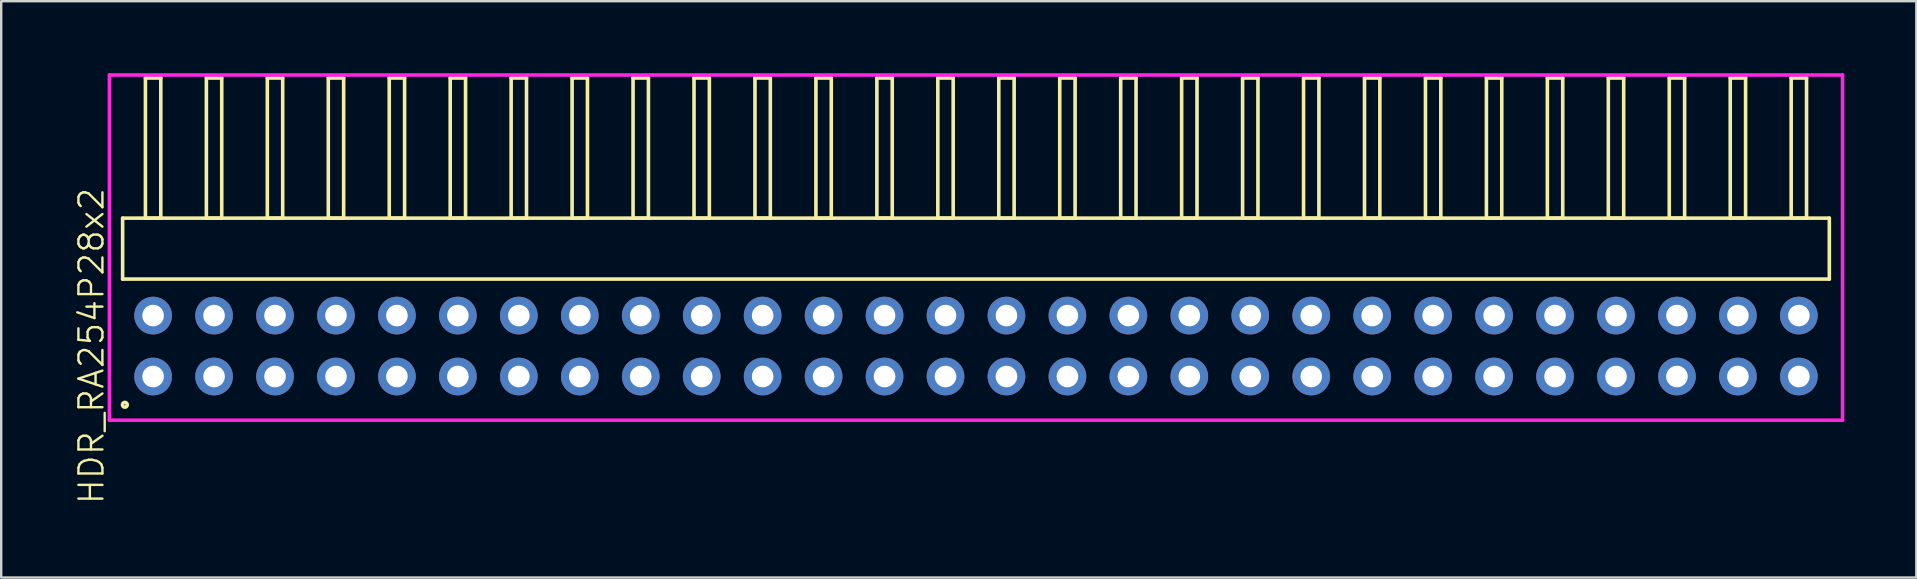
<source format=kicad_pcb>
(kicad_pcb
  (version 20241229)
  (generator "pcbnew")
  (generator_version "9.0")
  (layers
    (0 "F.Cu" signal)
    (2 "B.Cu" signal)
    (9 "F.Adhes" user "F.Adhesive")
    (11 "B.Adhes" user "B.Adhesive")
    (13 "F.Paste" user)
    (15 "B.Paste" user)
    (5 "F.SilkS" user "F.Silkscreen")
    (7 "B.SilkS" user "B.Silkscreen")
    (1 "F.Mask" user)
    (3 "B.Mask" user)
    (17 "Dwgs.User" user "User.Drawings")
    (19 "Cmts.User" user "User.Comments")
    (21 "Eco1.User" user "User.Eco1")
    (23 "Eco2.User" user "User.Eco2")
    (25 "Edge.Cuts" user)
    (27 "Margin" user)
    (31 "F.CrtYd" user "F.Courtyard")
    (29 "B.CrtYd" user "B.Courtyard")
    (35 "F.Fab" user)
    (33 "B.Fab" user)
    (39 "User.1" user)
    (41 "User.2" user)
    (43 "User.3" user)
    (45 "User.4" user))
  (footprint "HDR_RA254P28x2"
    (layer "F.Cu")
    (at 37.62 11.37)
    (property "Reference" "HDR_RA254P28x2" (at -36.86 0 90) (layer "F.SilkS") (effects (font (size 1 1) (thickness 0.1))))
    (attr through_hole)
    (fp_line (start -35.56 -5.33) (end -35.56 -2.79) (stroke (width 0.15) (type solid)) (layer "F.SilkS"))
    (fp_line (start -35.56 -2.79) (end 35.56 -2.79) (stroke (width 0.15) (type solid)) (layer "F.SilkS"))
    (fp_line (start -34.61 -11.17) (end -34.61 -5.33) (stroke (width 0.15) (type solid)) (layer "F.SilkS"))
    (fp_line (start -34.61 -5.33) (end -33.97 -5.33) (stroke (width 0.15) (type solid)) (layer "F.SilkS"))
    (fp_line (start -33.97 -11.17) (end -34.61 -11.17) (stroke (width 0.15) (type solid)) (layer "F.SilkS"))
    (fp_line (start -33.97 -5.33) (end -33.97 -11.17) (stroke (width 0.15) (type solid)) (layer "F.SilkS"))
    (fp_line (start -32.07 -11.17) (end -32.07 -5.33) (stroke (width 0.15) (type solid)) (layer "F.SilkS"))
    (fp_line (start -32.07 -5.33) (end -31.43 -5.33) (stroke (width 0.15) (type solid)) (layer "F.SilkS"))
    (fp_line (start -31.43 -11.17) (end -32.07 -11.17) (stroke (width 0.15) (type solid)) (layer "F.SilkS"))
    (fp_line (start -31.43 -5.33) (end -31.43 -11.17) (stroke (width 0.15) (type solid)) (layer "F.SilkS"))
    (fp_line (start -29.53 -11.17) (end -29.53 -5.33) (stroke (width 0.15) (type solid)) (layer "F.SilkS"))
    (fp_line (start -29.53 -5.33) (end -28.89 -5.33) (stroke (width 0.15) (type solid)) (layer "F.SilkS"))
    (fp_line (start -28.89 -11.17) (end -29.53 -11.17) (stroke (width 0.15) (type solid)) (layer "F.SilkS"))
    (fp_line (start -28.89 -5.33) (end -28.89 -11.17) (stroke (width 0.15) (type solid)) (layer "F.SilkS"))
    (fp_line (start -26.99 -11.17) (end -26.99 -5.33) (stroke (width 0.15) (type solid)) (layer "F.SilkS"))
    (fp_line (start -26.99 -5.33) (end -26.35 -5.33) (stroke (width 0.15) (type solid)) (layer "F.SilkS"))
    (fp_line (start -26.35 -11.17) (end -26.99 -11.17) (stroke (width 0.15) (type solid)) (layer "F.SilkS"))
    (fp_line (start -26.35 -5.33) (end -26.35 -11.17) (stroke (width 0.15) (type solid)) (layer "F.SilkS"))
    (fp_line (start -24.45 -11.17) (end -24.45 -5.33) (stroke (width 0.15) (type solid)) (layer "F.SilkS"))
    (fp_line (start -24.45 -5.33) (end -23.81 -5.33) (stroke (width 0.15) (type solid)) (layer "F.SilkS"))
    (fp_line (start -23.81 -11.17) (end -24.45 -11.17) (stroke (width 0.15) (type solid)) (layer "F.SilkS"))
    (fp_line (start -23.81 -5.33) (end -23.81 -11.17) (stroke (width 0.15) (type solid)) (layer "F.SilkS"))
    (fp_line (start -21.91 -11.17) (end -21.91 -5.33) (stroke (width 0.15) (type solid)) (layer "F.SilkS"))
    (fp_line (start -21.91 -5.33) (end -21.27 -5.33) (stroke (width 0.15) (type solid)) (layer "F.SilkS"))
    (fp_line (start -21.27 -11.17) (end -21.91 -11.17) (stroke (width 0.15) (type solid)) (layer "F.SilkS"))
    (fp_line (start -21.27 -5.33) (end -21.27 -11.17) (stroke (width 0.15) (type solid)) (layer "F.SilkS"))
    (fp_line (start -19.37 -11.17) (end -19.37 -5.33) (stroke (width 0.15) (type solid)) (layer "F.SilkS"))
    (fp_line (start -19.37 -5.33) (end -18.73 -5.33) (stroke (width 0.15) (type solid)) (layer "F.SilkS"))
    (fp_line (start -18.73 -11.17) (end -19.37 -11.17) (stroke (width 0.15) (type solid)) (layer "F.SilkS"))
    (fp_line (start -18.73 -5.33) (end -18.73 -11.17) (stroke (width 0.15) (type solid)) (layer "F.SilkS"))
    (fp_line (start -16.83 -11.17) (end -16.83 -5.33) (stroke (width 0.15) (type solid)) (layer "F.SilkS"))
    (fp_line (start -16.83 -5.33) (end -16.19 -5.33) (stroke (width 0.15) (type solid)) (layer "F.SilkS"))
    (fp_line (start -16.19 -11.17) (end -16.83 -11.17) (stroke (width 0.15) (type solid)) (layer "F.SilkS"))
    (fp_line (start -16.19 -5.33) (end -16.19 -11.17) (stroke (width 0.15) (type solid)) (layer "F.SilkS"))
    (fp_line (start -14.29 -11.17) (end -14.29 -5.33) (stroke (width 0.15) (type solid)) (layer "F.SilkS"))
    (fp_line (start -14.29 -5.33) (end -13.65 -5.33) (stroke (width 0.15) (type solid)) (layer "F.SilkS"))
    (fp_line (start -13.65 -11.17) (end -14.29 -11.17) (stroke (width 0.15) (type solid)) (layer "F.SilkS"))
    (fp_line (start -13.65 -5.33) (end -13.65 -11.17) (stroke (width 0.15) (type solid)) (layer "F.SilkS"))
    (fp_line (start -11.75 -11.17) (end -11.75 -5.33) (stroke (width 0.15) (type solid)) (layer "F.SilkS"))
    (fp_line (start -11.75 -5.33) (end -11.11 -5.33) (stroke (width 0.15) (type solid)) (layer "F.SilkS"))
    (fp_line (start -11.11 -11.17) (end -11.75 -11.17) (stroke (width 0.15) (type solid)) (layer "F.SilkS"))
    (fp_line (start -11.11 -5.33) (end -11.11 -11.17) (stroke (width 0.15) (type solid)) (layer "F.SilkS"))
    (fp_line (start -9.21 -11.17) (end -9.21 -5.33) (stroke (width 0.15) (type solid)) (layer "F.SilkS"))
    (fp_line (start -9.21 -5.33) (end -8.57 -5.33) (stroke (width 0.15) (type solid)) (layer "F.SilkS"))
    (fp_line (start -8.57 -11.17) (end -9.21 -11.17) (stroke (width 0.15) (type solid)) (layer "F.SilkS"))
    (fp_line (start -8.57 -5.33) (end -8.57 -11.17) (stroke (width 0.15) (type solid)) (layer "F.SilkS"))
    (fp_line (start -6.67 -11.17) (end -6.67 -5.33) (stroke (width 0.15) (type solid)) (layer "F.SilkS"))
    (fp_line (start -6.67 -5.33) (end -6.03 -5.33) (stroke (width 0.15) (type solid)) (layer "F.SilkS"))
    (fp_line (start -6.03 -11.17) (end -6.67 -11.17) (stroke (width 0.15) (type solid)) (layer "F.SilkS"))
    (fp_line (start -6.03 -5.33) (end -6.03 -11.17) (stroke (width 0.15) (type solid)) (layer "F.SilkS"))
    (fp_line (start -4.13 -11.17) (end -4.13 -5.33) (stroke (width 0.15) (type solid)) (layer "F.SilkS"))
    (fp_line (start -4.13 -5.33) (end -3.49 -5.33) (stroke (width 0.15) (type solid)) (layer "F.SilkS"))
    (fp_line (start -3.49 -11.17) (end -4.13 -11.17) (stroke (width 0.15) (type solid)) (layer "F.SilkS"))
    (fp_line (start -3.49 -5.33) (end -3.49 -11.17) (stroke (width 0.15) (type solid)) (layer "F.SilkS"))
    (fp_line (start -1.59 -11.17) (end -1.59 -5.33) (stroke (width 0.15) (type solid)) (layer "F.SilkS"))
    (fp_line (start -1.59 -5.33) (end -0.95 -5.33) (stroke (width 0.15) (type solid)) (layer "F.SilkS"))
    (fp_line (start -0.95 -11.17) (end -1.59 -11.17) (stroke (width 0.15) (type solid)) (layer "F.SilkS"))
    (fp_line (start -0.95 -5.33) (end -0.95 -11.17) (stroke (width 0.15) (type solid)) (layer "F.SilkS"))
    (fp_line (start 0.95 -11.17) (end 0.95 -5.33) (stroke (width 0.15) (type solid)) (layer "F.SilkS"))
    (fp_line (start 0.95 -5.33) (end 1.59 -5.33) (stroke (width 0.15) (type solid)) (layer "F.SilkS"))
    (fp_line (start 1.59 -11.17) (end 0.95 -11.17) (stroke (width 0.15) (type solid)) (layer "F.SilkS"))
    (fp_line (start 1.59 -5.33) (end 1.59 -11.17) (stroke (width 0.15) (type solid)) (layer "F.SilkS"))
    (fp_line (start 3.49 -11.17) (end 3.49 -5.33) (stroke (width 0.15) (type solid)) (layer "F.SilkS"))
    (fp_line (start 3.49 -5.33) (end 4.13 -5.33) (stroke (width 0.15) (type solid)) (layer "F.SilkS"))
    (fp_line (start 4.13 -11.17) (end 3.49 -11.17) (stroke (width 0.15) (type solid)) (layer "F.SilkS"))
    (fp_line (start 4.13 -5.33) (end 4.13 -11.17) (stroke (width 0.15) (type solid)) (layer "F.SilkS"))
    (fp_line (start 6.03 -11.17) (end 6.03 -5.33) (stroke (width 0.15) (type solid)) (layer "F.SilkS"))
    (fp_line (start 6.03 -5.33) (end 6.67 -5.33) (stroke (width 0.15) (type solid)) (layer "F.SilkS"))
    (fp_line (start 6.67 -11.17) (end 6.03 -11.17) (stroke (width 0.15) (type solid)) (layer "F.SilkS"))
    (fp_line (start 6.67 -5.33) (end 6.67 -11.17) (stroke (width 0.15) (type solid)) (layer "F.SilkS"))
    (fp_line (start 8.57 -11.17) (end 8.57 -5.33) (stroke (width 0.15) (type solid)) (layer "F.SilkS"))
    (fp_line (start 8.57 -5.33) (end 9.21 -5.33) (stroke (width 0.15) (type solid)) (layer "F.SilkS"))
    (fp_line (start 9.21 -11.17) (end 8.57 -11.17) (stroke (width 0.15) (type solid)) (layer "F.SilkS"))
    (fp_line (start 9.21 -5.33) (end 9.21 -11.17) (stroke (width 0.15) (type solid)) (layer "F.SilkS"))
    (fp_line (start 11.11 -11.17) (end 11.11 -5.33) (stroke (width 0.15) (type solid)) (layer "F.SilkS"))
    (fp_line (start 11.11 -5.33) (end 11.75 -5.33) (stroke (width 0.15) (type solid)) (layer "F.SilkS"))
    (fp_line (start 11.75 -11.17) (end 11.11 -11.17) (stroke (width 0.15) (type solid)) (layer "F.SilkS"))
    (fp_line (start 11.75 -5.33) (end 11.75 -11.17) (stroke (width 0.15) (type solid)) (layer "F.SilkS"))
    (fp_line (start 13.65 -11.17) (end 13.65 -5.33) (stroke (width 0.15) (type solid)) (layer "F.SilkS"))
    (fp_line (start 13.65 -5.33) (end 14.29 -5.33) (stroke (width 0.15) (type solid)) (layer "F.SilkS"))
    (fp_line (start 14.29 -11.17) (end 13.65 -11.17) (stroke (width 0.15) (type solid)) (layer "F.SilkS"))
    (fp_line (start 14.29 -5.33) (end 14.29 -11.17) (stroke (width 0.15) (type solid)) (layer "F.SilkS"))
    (fp_line (start 16.19 -11.17) (end 16.19 -5.33) (stroke (width 0.15) (type solid)) (layer "F.SilkS"))
    (fp_line (start 16.19 -5.33) (end 16.83 -5.33) (stroke (width 0.15) (type solid)) (layer "F.SilkS"))
    (fp_line (start 16.83 -11.17) (end 16.19 -11.17) (stroke (width 0.15) (type solid)) (layer "F.SilkS"))
    (fp_line (start 16.83 -5.33) (end 16.83 -11.17) (stroke (width 0.15) (type solid)) (layer "F.SilkS"))
    (fp_line (start 18.73 -11.17) (end 18.73 -5.33) (stroke (width 0.15) (type solid)) (layer "F.SilkS"))
    (fp_line (start 18.73 -5.33) (end 19.37 -5.33) (stroke (width 0.15) (type solid)) (layer "F.SilkS"))
    (fp_line (start 19.37 -11.17) (end 18.73 -11.17) (stroke (width 0.15) (type solid)) (layer "F.SilkS"))
    (fp_line (start 19.37 -5.33) (end 19.37 -11.17) (stroke (width 0.15) (type solid)) (layer "F.SilkS"))
    (fp_line (start 21.27 -11.17) (end 21.27 -5.33) (stroke (width 0.15) (type solid)) (layer "F.SilkS"))
    (fp_line (start 21.27 -5.33) (end 21.91 -5.33) (stroke (width 0.15) (type solid)) (layer "F.SilkS"))
    (fp_line (start 21.91 -11.17) (end 21.27 -11.17) (stroke (width 0.15) (type solid)) (layer "F.SilkS"))
    (fp_line (start 21.91 -5.33) (end 21.91 -11.17) (stroke (width 0.15) (type solid)) (layer "F.SilkS"))
    (fp_line (start 23.81 -11.17) (end 23.81 -5.33) (stroke (width 0.15) (type solid)) (layer "F.SilkS"))
    (fp_line (start 23.81 -5.33) (end 24.45 -5.33) (stroke (width 0.15) (type solid)) (layer "F.SilkS"))
    (fp_line (start 24.45 -11.17) (end 23.81 -11.17) (stroke (width 0.15) (type solid)) (layer "F.SilkS"))
    (fp_line (start 24.45 -5.33) (end 24.45 -11.17) (stroke (width 0.15) (type solid)) (layer "F.SilkS"))
    (fp_line (start 26.35 -11.17) (end 26.35 -5.33) (stroke (width 0.15) (type solid)) (layer "F.SilkS"))
    (fp_line (start 26.35 -5.33) (end 26.99 -5.33) (stroke (width 0.15) (type solid)) (layer "F.SilkS"))
    (fp_line (start 26.99 -11.17) (end 26.35 -11.17) (stroke (width 0.15) (type solid)) (layer "F.SilkS"))
    (fp_line (start 26.99 -5.33) (end 26.99 -11.17) (stroke (width 0.15) (type solid)) (layer "F.SilkS"))
    (fp_line (start 28.89 -11.17) (end 28.89 -5.33) (stroke (width 0.15) (type solid)) (layer "F.SilkS"))
    (fp_line (start 28.89 -5.33) (end 29.53 -5.33) (stroke (width 0.15) (type solid)) (layer "F.SilkS"))
    (fp_line (start 29.53 -11.17) (end 28.89 -11.17) (stroke (width 0.15) (type solid)) (layer "F.SilkS"))
    (fp_line (start 29.53 -5.33) (end 29.53 -11.17) (stroke (width 0.15) (type solid)) (layer "F.SilkS"))
    (fp_line (start 31.43 -11.17) (end 31.43 -5.33) (stroke (width 0.15) (type solid)) (layer "F.SilkS"))
    (fp_line (start 31.43 -5.33) (end 32.07 -5.33) (stroke (width 0.15) (type solid)) (layer "F.SilkS"))
    (fp_line (start 32.07 -11.17) (end 31.43 -11.17) (stroke (width 0.15) (type solid)) (layer "F.SilkS"))
    (fp_line (start 32.07 -5.33) (end 32.07 -11.17) (stroke (width 0.15) (type solid)) (layer "F.SilkS"))
    (fp_line (start 33.97 -11.17) (end 33.97 -5.33) (stroke (width 0.15) (type solid)) (layer "F.SilkS"))
    (fp_line (start 33.97 -5.33) (end 34.61 -5.33) (stroke (width 0.15) (type solid)) (layer "F.SilkS"))
    (fp_line (start 34.61 -11.17) (end 33.97 -11.17) (stroke (width 0.15) (type solid)) (layer "F.SilkS"))
    (fp_line (start 34.61 -5.33) (end 34.61 -11.17) (stroke (width 0.15) (type solid)) (layer "F.SilkS"))
    (fp_line (start 35.56 -5.33) (end -35.56 -5.33) (stroke (width 0.15) (type solid)) (layer "F.SilkS"))
    (fp_line (start 35.56 -2.79) (end 35.56 -5.33) (stroke (width 0.15) (type solid)) (layer "F.SilkS"))
    (fp_circle (center -35.467 2.448) (end -35.367 2.448) (stroke (width 0.15) (type solid)) (fill no) (layer "F.SilkS"))
    (fp_line (start -36.11 -11.295) (end -36.11 3.09) (stroke (width 0.15) (type solid)) (layer "F.CrtYd"))
    (fp_line (start -36.11 3.09) (end 36.11 3.09) (stroke (width 0.15) (type solid)) (layer "F.CrtYd"))
    (fp_line (start 36.11 -11.295) (end -36.11 -11.295) (stroke (width 0.15) (type solid)) (layer "F.CrtYd"))
    (fp_line (start 36.11 3.09) (end 36.11 -11.295) (stroke (width 0.15) (type solid)) (layer "F.CrtYd"))
    (pad "1" thru_hole oval (at -34.29 1.27) (size 1.57 1.57) (drill 0.9) (layers "*.Cu" "*.Mask"))
    (pad "2" thru_hole oval (at -34.29 -1.27) (size 1.57 1.57) (drill 0.9) (layers "*.Cu" "*.Mask"))
    (pad "3" thru_hole oval (at -31.75 1.27) (size 1.57 1.57) (drill 0.9) (layers "*.Cu" "*.Mask"))
    (pad "4" thru_hole oval (at -31.75 -1.27) (size 1.57 1.57) (drill 0.9) (layers "*.Cu" "*.Mask"))
    (pad "5" thru_hole oval (at -29.21 1.27) (size 1.57 1.57) (drill 0.9) (layers "*.Cu" "*.Mask"))
    (pad "6" thru_hole oval (at -29.21 -1.27) (size 1.57 1.57) (drill 0.9) (layers "*.Cu" "*.Mask"))
    (pad "7" thru_hole oval (at -26.67 1.27) (size 1.57 1.57) (drill 0.9) (layers "*.Cu" "*.Mask"))
    (pad "8" thru_hole oval (at -26.67 -1.27) (size 1.57 1.57) (drill 0.9) (layers "*.Cu" "*.Mask"))
    (pad "9" thru_hole oval (at -24.13 1.27) (size 1.57 1.57) (drill 0.9) (layers "*.Cu" "*.Mask"))
    (pad "10" thru_hole oval (at -24.13 -1.27) (size 1.57 1.57) (drill 0.9) (layers "*.Cu" "*.Mask"))
    (pad "11" thru_hole oval (at -21.59 1.27) (size 1.57 1.57) (drill 0.9) (layers "*.Cu" "*.Mask"))
    (pad "12" thru_hole oval (at -21.59 -1.27) (size 1.57 1.57) (drill 0.9) (layers "*.Cu" "*.Mask"))
    (pad "13" thru_hole oval (at -19.05 1.27) (size 1.57 1.57) (drill 0.9) (layers "*.Cu" "*.Mask"))
    (pad "14" thru_hole oval (at -19.05 -1.27) (size 1.57 1.57) (drill 0.9) (layers "*.Cu" "*.Mask"))
    (pad "15" thru_hole oval (at -16.51 1.27) (size 1.57 1.57) (drill 0.9) (layers "*.Cu" "*.Mask"))
    (pad "16" thru_hole oval (at -16.51 -1.27) (size 1.57 1.57) (drill 0.9) (layers "*.Cu" "*.Mask"))
    (pad "17" thru_hole oval (at -13.97 1.27) (size 1.57 1.57) (drill 0.9) (layers "*.Cu" "*.Mask"))
    (pad "18" thru_hole oval (at -13.97 -1.27) (size 1.57 1.57) (drill 0.9) (layers "*.Cu" "*.Mask"))
    (pad "19" thru_hole oval (at -11.43 1.27) (size 1.57 1.57) (drill 0.9) (layers "*.Cu" "*.Mask"))
    (pad "20" thru_hole oval (at -11.43 -1.27) (size 1.57 1.57) (drill 0.9) (layers "*.Cu" "*.Mask"))
    (pad "21" thru_hole oval (at -8.89 1.27) (size 1.57 1.57) (drill 0.9) (layers "*.Cu" "*.Mask"))
    (pad "22" thru_hole oval (at -8.89 -1.27) (size 1.57 1.57) (drill 0.9) (layers "*.Cu" "*.Mask"))
    (pad "23" thru_hole oval (at -6.35 1.27) (size 1.57 1.57) (drill 0.9) (layers "*.Cu" "*.Mask"))
    (pad "24" thru_hole oval (at -6.35 -1.27) (size 1.57 1.57) (drill 0.9) (layers "*.Cu" "*.Mask"))
    (pad "25" thru_hole oval (at -3.81 1.27) (size 1.57 1.57) (drill 0.9) (layers "*.Cu" "*.Mask"))
    (pad "26" thru_hole oval (at -3.81 -1.27) (size 1.57 1.57) (drill 0.9) (layers "*.Cu" "*.Mask"))
    (pad "27" thru_hole oval (at -1.27 1.27) (size 1.57 1.57) (drill 0.9) (layers "*.Cu" "*.Mask"))
    (pad "28" thru_hole oval (at -1.27 -1.27) (size 1.57 1.57) (drill 0.9) (layers "*.Cu" "*.Mask"))
    (pad "29" thru_hole oval (at 1.27 1.27) (size 1.57 1.57) (drill 0.9) (layers "*.Cu" "*.Mask"))
    (pad "30" thru_hole oval (at 1.27 -1.27) (size 1.57 1.57) (drill 0.9) (layers "*.Cu" "*.Mask"))
    (pad "31" thru_hole oval (at 3.81 1.27) (size 1.57 1.57) (drill 0.9) (layers "*.Cu" "*.Mask"))
    (pad "32" thru_hole oval (at 3.81 -1.27) (size 1.57 1.57) (drill 0.9) (layers "*.Cu" "*.Mask"))
    (pad "33" thru_hole oval (at 6.35 1.27) (size 1.57 1.57) (drill 0.9) (layers "*.Cu" "*.Mask"))
    (pad "34" thru_hole oval (at 6.35 -1.27) (size 1.57 1.57) (drill 0.9) (layers "*.Cu" "*.Mask"))
    (pad "35" thru_hole oval (at 8.89 1.27) (size 1.57 1.57) (drill 0.9) (layers "*.Cu" "*.Mask"))
    (pad "36" thru_hole oval (at 8.89 -1.27) (size 1.57 1.57) (drill 0.9) (layers "*.Cu" "*.Mask"))
    (pad "37" thru_hole oval (at 11.43 1.27) (size 1.57 1.57) (drill 0.9) (layers "*.Cu" "*.Mask"))
    (pad "38" thru_hole oval (at 11.43 -1.27) (size 1.57 1.57) (drill 0.9) (layers "*.Cu" "*.Mask"))
    (pad "39" thru_hole oval (at 13.97 1.27) (size 1.57 1.57) (drill 0.9) (layers "*.Cu" "*.Mask"))
    (pad "40" thru_hole oval (at 13.97 -1.27) (size 1.57 1.57) (drill 0.9) (layers "*.Cu" "*.Mask"))
    (pad "41" thru_hole oval (at 16.51 1.27) (size 1.57 1.57) (drill 0.9) (layers "*.Cu" "*.Mask"))
    (pad "42" thru_hole oval (at 16.51 -1.27) (size 1.57 1.57) (drill 0.9) (layers "*.Cu" "*.Mask"))
    (pad "43" thru_hole oval (at 19.05 1.27) (size 1.57 1.57) (drill 0.9) (layers "*.Cu" "*.Mask"))
    (pad "44" thru_hole oval (at 19.05 -1.27) (size 1.57 1.57) (drill 0.9) (layers "*.Cu" "*.Mask"))
    (pad "45" thru_hole oval (at 21.59 1.27) (size 1.57 1.57) (drill 0.9) (layers "*.Cu" "*.Mask"))
    (pad "46" thru_hole oval (at 21.59 -1.27) (size 1.57 1.57) (drill 0.9) (layers "*.Cu" "*.Mask"))
    (pad "47" thru_hole oval (at 24.13 1.27) (size 1.57 1.57) (drill 0.9) (layers "*.Cu" "*.Mask"))
    (pad "48" thru_hole oval (at 24.13 -1.27) (size 1.57 1.57) (drill 0.9) (layers "*.Cu" "*.Mask"))
    (pad "49" thru_hole oval (at 26.67 1.27) (size 1.57 1.57) (drill 0.9) (layers "*.Cu" "*.Mask"))
    (pad "50" thru_hole oval (at 26.67 -1.27) (size 1.57 1.57) (drill 0.9) (layers "*.Cu" "*.Mask"))
    (pad "51" thru_hole oval (at 29.21 1.27) (size 1.57 1.57) (drill 0.9) (layers "*.Cu" "*.Mask"))
    (pad "52" thru_hole oval (at 29.21 -1.27) (size 1.57 1.57) (drill 0.9) (layers "*.Cu" "*.Mask"))
    (pad "53" thru_hole oval (at 31.75 1.27) (size 1.57 1.57) (drill 0.9) (layers "*.Cu" "*.Mask"))
    (pad "54" thru_hole oval (at 31.75 -1.27) (size 1.57 1.57) (drill 0.9) (layers "*.Cu" "*.Mask"))
    (pad "55" thru_hole oval (at 34.29 1.27) (size 1.57 1.57) (drill 0.9) (layers "*.Cu" "*.Mask"))
    (pad "56" thru_hole oval (at 34.29 -1.27) (size 1.57 1.57) (drill 0.9) (layers "*.Cu" "*.Mask")))
  (gr_rect
    (start -3 -3)
    (end 76.805 21.015)
    (stroke (width 0.1) (type default))
    (fill no)
    (layer "Edge.Cuts")))
</source>
